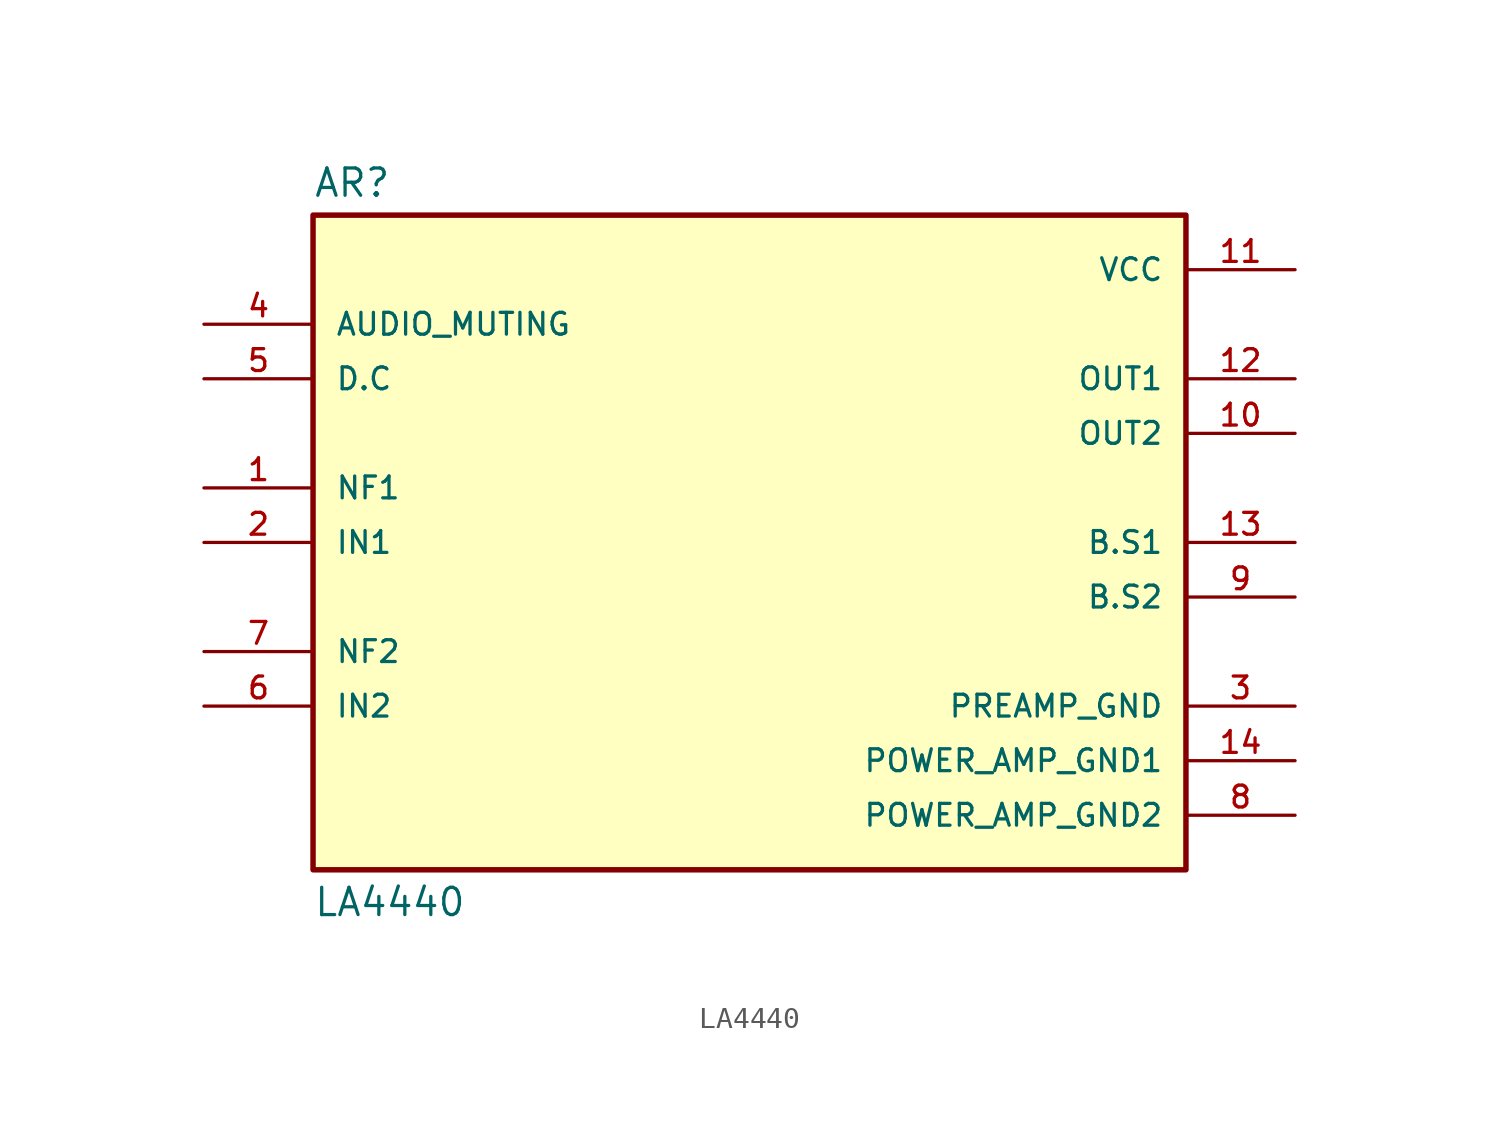
<source format=kicad_sym>
(kicad_symbol_lib
  (version 20220914)
  (generator kicad_symbol_editor)
  (symbol "LA4440"
    (pin_names
      (offset 1.016))
    (property "Reference" "AR"
      (at -20.32 16.002 0)
      (effects (font (size 1.27 1.27)) (justify left bottom)))
    (property "Value" "LA4440"
      (at -20.32 -16.002 0)
      (effects (font (size 1.27 1.27)) (justify left top)))
    (symbol "LA4440_0_0"
      (rectangle (start -20.32 -15.24) (end 20.32 15.24) (stroke (width 0.254) (type default)) (fill (type background)))
      (pin input line (at -25.4 2.54 0) (length 5.08) (name "NF1" (effects (font (size 1.016 1.016)))) (number "1" (effects (font (size 1.016 1.016)))))
      (pin output line (at 25.4 5.08 180) (length 5.08) (name "OUT2" (effects (font (size 1.016 1.016)))) (number "10" (effects (font (size 1.016 1.016)))))
      (pin power_in line (at 25.4 12.7 180) (length 5.08) (name "VCC" (effects (font (size 1.016 1.016)))) (number "11" (effects (font (size 1.016 1.016)))))
      (pin output line (at 25.4 7.62 180) (length 5.08) (name "OUT1" (effects (font (size 1.016 1.016)))) (number "12" (effects (font (size 1.016 1.016)))))
      (pin passive line (at 25.4 0 180) (length 5.08) (name "B.S1" (effects (font (size 1.016 1.016)))) (number "13" (effects (font (size 1.016 1.016)))))
      (pin power_in line (at 25.4 -10.16 180) (length 5.08) (name "POWER_AMP_GND1" (effects (font (size 1.016 1.016)))) (number "14" (effects (font (size 1.016 1.016)))))
      (pin input line (at -25.4 0 0) (length 5.08) (name "IN1" (effects (font (size 1.016 1.016)))) (number "2" (effects (font (size 1.016 1.016)))))
      (pin power_in line (at 25.4 -7.62 180) (length 5.08) (name "PREAMP_GND" (effects (font (size 1.016 1.016)))) (number "3" (effects (font (size 1.016 1.016)))))
      (pin input line (at -25.4 10.16 0) (length 5.08) (name "AUDIO_MUTING" (effects (font (size 1.016 1.016)))) (number "4" (effects (font (size 1.016 1.016)))))
      (pin input line (at -25.4 7.62 0) (length 5.08) (name "D.C" (effects (font (size 1.016 1.016)))) (number "5" (effects (font (size 1.016 1.016)))))
      (pin input line (at -25.4 -7.62 0) (length 5.08) (name "IN2" (effects (font (size 1.016 1.016)))) (number "6" (effects (font (size 1.016 1.016)))))
      (pin input line (at -25.4 -5.08 0) (length 5.08) (name "NF2" (effects (font (size 1.016 1.016)))) (number "7" (effects (font (size 1.016 1.016)))))
      (pin power_in line (at 25.4 -12.7 180) (length 5.08) (name "POWER_AMP_GND2" (effects (font (size 1.016 1.016)))) (number "8" (effects (font (size 1.016 1.016)))))
      (pin passive line (at 25.4 -2.54 180) (length 5.08) (name "B.S2" (effects (font (size 1.016 1.016)))) (number "9" (effects (font (size 1.016 1.016))))))))
</source>
